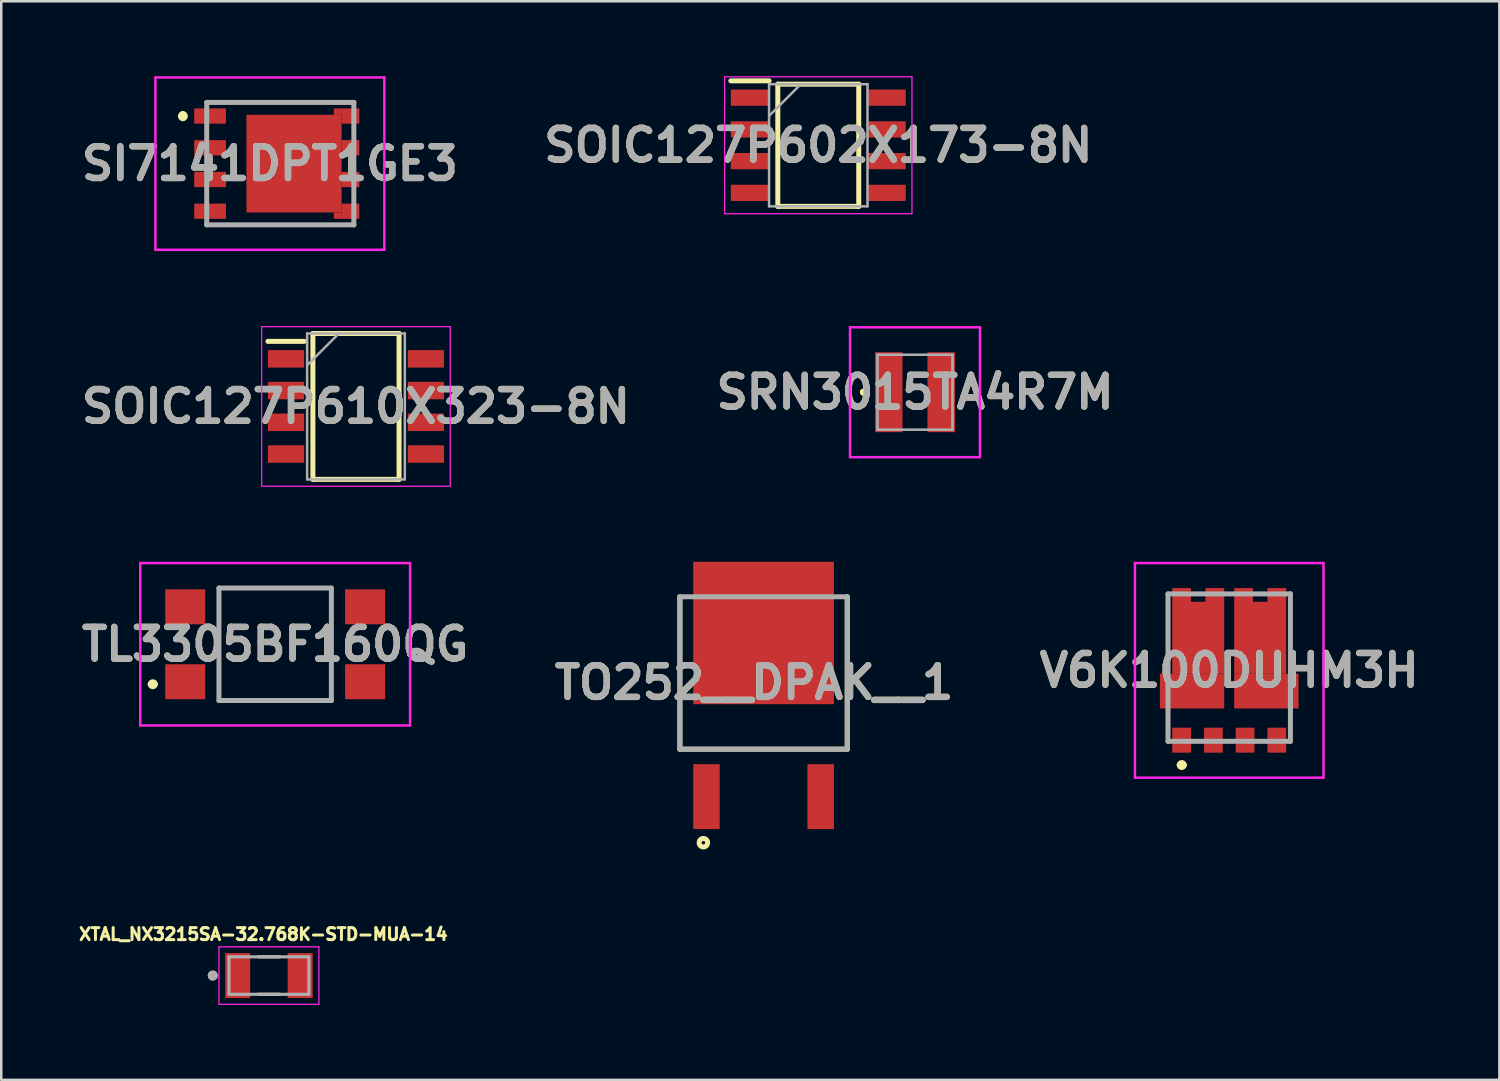
<source format=kicad_pcb>
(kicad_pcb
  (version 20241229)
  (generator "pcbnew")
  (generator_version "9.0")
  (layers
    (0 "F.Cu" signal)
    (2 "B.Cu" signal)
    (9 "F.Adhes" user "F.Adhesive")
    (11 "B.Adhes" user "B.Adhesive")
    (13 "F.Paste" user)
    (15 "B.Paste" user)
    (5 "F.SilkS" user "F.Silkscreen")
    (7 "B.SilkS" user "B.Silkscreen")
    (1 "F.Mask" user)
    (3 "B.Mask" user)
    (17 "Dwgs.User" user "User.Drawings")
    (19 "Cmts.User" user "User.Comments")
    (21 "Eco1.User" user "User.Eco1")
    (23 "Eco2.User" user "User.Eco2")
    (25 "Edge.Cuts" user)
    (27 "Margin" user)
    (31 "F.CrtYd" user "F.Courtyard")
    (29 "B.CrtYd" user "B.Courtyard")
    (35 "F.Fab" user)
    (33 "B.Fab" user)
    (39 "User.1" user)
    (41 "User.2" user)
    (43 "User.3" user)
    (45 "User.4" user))
  (footprint "TL3305BF160QG"
    (layer "F.Cu")
    (at 7.965 22.74)
    (property "Reference" "TL3305BF160QG" (at 0 0 0) (layer "F.SilkS") (effects (font (size 1.27 1.27) (thickness 0.254))))
    (attr smd)
    (fp_line (start -5 1.6) (end -5 1.6) (stroke (width 0.2) (type solid)) (layer "F.SilkS"))
    (fp_line (start -4.8 1.6) (end -4.8 1.6) (stroke (width 0.2) (type solid)) (layer "F.SilkS"))
    (fp_line (start -2.25 -2.25) (end 2.25 -2.25) (stroke (width 0.1) (type solid)) (layer "F.SilkS"))
    (fp_line (start -2.25 2.25) (end -2.25 -2.25) (stroke (width 0.1) (type solid)) (layer "F.SilkS"))
    (fp_line (start 2.25 -2.25) (end 2.25 2.25) (stroke (width 0.1) (type solid)) (layer "F.SilkS"))
    (fp_line (start 2.25 2.25) (end -2.25 2.25) (stroke (width 0.1) (type solid)) (layer "F.SilkS"))
    (fp_arc (start -5 1.6) (mid -4.9 1.5) (end -4.8 1.6) (stroke (width 0.2) (type solid)) (layer "F.SilkS"))
    (fp_arc (start -4.8 1.6) (mid -4.9 1.7) (end -5 1.6) (stroke (width 0.2) (type solid)) (layer "F.SilkS"))
    (fp_line (start -5.4 -3.25) (end 5.4 -3.25) (stroke (width 0.1) (type solid)) (layer "F.CrtYd"))
    (fp_line (start -5.4 3.25) (end -5.4 -3.25) (stroke (width 0.1) (type solid)) (layer "F.CrtYd"))
    (fp_line (start 5.4 -3.25) (end 5.4 3.25) (stroke (width 0.1) (type solid)) (layer "F.CrtYd"))
    (fp_line (start 5.4 3.25) (end -5.4 3.25) (stroke (width 0.1) (type solid)) (layer "F.CrtYd"))
    (fp_line (start -2.25 -2.25) (end 2.25 -2.25) (stroke (width 0.2) (type solid)) (layer "F.Fab"))
    (fp_line (start -2.25 2.25) (end -2.25 -2.25) (stroke (width 0.2) (type solid)) (layer "F.Fab"))
    (fp_line (start 2.25 -2.25) (end 2.25 2.25) (stroke (width 0.2) (type solid)) (layer "F.Fab"))
    (fp_line (start 2.25 2.25) (end -2.25 2.25) (stroke (width 0.2) (type solid)) (layer "F.Fab"))
    (fp_text user "${REFERENCE}" (at 0 0 0) (layer "F.Fab") (effects (font (size 1.27 1.27) (thickness 0.254))))
    (pad "1" smd rect (at -3.6 1.5 90) (size 1.4 1.6) (layers "F.Cu" "F.Mask" "F.Paste"))
    (pad "2" smd rect (at 3.6 1.5 90) (size 1.4 1.6) (layers "F.Cu" "F.Mask" "F.Paste"))
    (pad "3" smd rect (at -3.6 -1.5 90) (size 1.4 1.6) (layers "F.Cu" "F.Mask" "F.Paste"))
    (pad "4" smd rect (at 3.6 -1.5 90) (size 1.4 1.6) (layers "F.Cu" "F.Mask" "F.Paste")))
  (footprint "V6K100DUHM3H"
    (layer "F.Cu")
    (at 46.156 23.675)
    (property "Reference" "V6K100DUHM3H" (at 0 0.11 0) (layer "F.SilkS") (effects (font (size 1.27 1.27) (thickness 0.254))))
    (attr smd)
    (fp_line (start -2.45 0) (end -2.45 -2.95) (stroke (width 0.1) (type solid)) (layer "F.SilkS"))
    (fp_line (start -2.45 2.5) (end -2.45 2) (stroke (width 0.1) (type solid)) (layer "F.SilkS"))
    (fp_line (start -2.45 3) (end -2.45 2.5) (stroke (width 0.1) (type solid)) (layer "F.SilkS"))
    (fp_line (start -2 3.9) (end -2 3.9) (stroke (width 0.2) (type solid)) (layer "F.SilkS"))
    (fp_line (start -1.8 3.9) (end -1.8 3.9) (stroke (width 0.2) (type solid)) (layer "F.SilkS"))
    (fp_line (start 2.45 -3) (end 2.45 0) (stroke (width 0.1) (type solid)) (layer "F.SilkS"))
    (fp_line (start 2.45 2.95) (end 2.45 2) (stroke (width 0.1) (type solid)) (layer "F.SilkS"))
    (fp_arc (start -2 3.9) (mid -1.9 3.8) (end -1.8 3.9) (stroke (width 0.2) (type solid)) (layer "F.SilkS"))
    (fp_arc (start -1.8 3.9) (mid -1.9 4) (end -2 3.9) (stroke (width 0.2) (type solid)) (layer "F.SilkS"))
    (fp_line (start -3.774 -4.185) (end 3.774 -4.185) (stroke (width 0.1) (type solid)) (layer "F.CrtYd"))
    (fp_line (start -3.774 4.405) (end -3.774 -4.185) (stroke (width 0.1) (type solid)) (layer "F.CrtYd"))
    (fp_line (start 3.774 -4.185) (end 3.774 4.405) (stroke (width 0.1) (type solid)) (layer "F.CrtYd"))
    (fp_line (start 3.774 4.405) (end -3.774 4.405) (stroke (width 0.1) (type solid)) (layer "F.CrtYd"))
    (fp_line (start -2.45 -2.95) (end 2.45 -2.95) (stroke (width 0.2) (type solid)) (layer "F.Fab"))
    (fp_line (start -2.45 2.95) (end -2.45 -2.95) (stroke (width 0.2) (type solid)) (layer "F.Fab"))
    (fp_line (start 2.45 -2.95) (end 2.45 2.95) (stroke (width 0.2) (type solid)) (layer "F.Fab"))
    (fp_line (start 2.45 2.95) (end -2.45 2.95) (stroke (width 0.2) (type solid)) (layer "F.Fab"))
    (fp_text user "${REFERENCE}" (at 0 0.11 0) (layer "F.Fab") (effects (font (size 1.27 1.27) (thickness 0.254))))
    (pad "1" smd rect (at -1.905 2.905) (size 0.75 1) (layers "F.Cu" "F.Mask" "F.Paste"))
    (pad "2" smd rect (at -0.635 2.905) (size 0.75 1) (layers "F.Cu" "F.Mask" "F.Paste"))
    (pad "3" smd rect (at 0.635 2.905) (size 0.75 1) (layers "F.Cu" "F.Mask" "F.Paste"))
    (pad "4" smd rect (at 1.905 2.905) (size 0.75 1) (layers "F.Cu" "F.Mask" "F.Paste"))
    (pad "5" smd rect (at 1.905 -2.905 90) (size 0.56 0.75) (layers "F.Cu" "F.Mask" "F.Paste"))
    (pad "6" smd rect (at 0.575 -2.905 90) (size 0.56 0.75) (layers "F.Cu" "F.Mask" "F.Paste"))
    (pad "7" smd rect (at -0.575 -2.905 90) (size 0.56 0.75) (layers "F.Cu" "F.Mask" "F.Paste"))
    (pad "8" smd rect (at -1.905 -2.905 90) (size 0.56 0.75) (layers "F.Cu" "F.Mask" "F.Paste"))
    (pad "9" smd rect (at -1.24 -1.195) (size 2.08 2.88) (layers "F.Cu" "F.Mask" "F.Paste"))
    (pad "10" smd rect (at 1.24 -1.195) (size 2.08 2.88) (layers "F.Cu" "F.Mask" "F.Paste"))
    (pad "11" smd rect (at 1.487 0.94 90) (size 1.39 2.575) (layers "F.Cu" "F.Mask" "F.Paste"))
    (pad "12" smd rect (at -1.487 0.94 90) (size 1.39 2.575) (layers "F.Cu" "F.Mask" "F.Paste")))
  (footprint "SRN3015TA4R7M"
    (layer "F.Cu")
    (at 33.577 12.65)
    (property "Reference" "SRN3015TA4R7M" (at 0 0 0) (layer "F.SilkS") (effects (font (size 1.27 1.27) (thickness 0.254))))
    (attr smd)
    (fp_line (start -2.1 0) (end -2.1 0) (stroke (width 0.2) (type solid)) (layer "F.SilkS"))
    (fp_line (start -2.1 0) (end -2.1 0) (stroke (width 0.2) (type solid)) (layer "F.SilkS"))
    (fp_line (start -2 0) (end -2 0) (stroke (width 0.2) (type solid)) (layer "F.SilkS"))
    (fp_arc (start -2.1 0) (mid -2.05 -0.05) (end -2 0) (stroke (width 0.2) (type solid)) (layer "F.SilkS"))
    (fp_arc (start -2 0) (mid -2.05 0.05) (end -2.1 0) (stroke (width 0.2) (type solid)) (layer "F.SilkS"))
    (fp_arc (start -2 0) (mid -2.05 0.05) (end -2.1 0) (stroke (width 0.2) (type solid)) (layer "F.SilkS"))
    (fp_line (start -2.6 -2.6) (end 2.6 -2.6) (stroke (width 0.1) (type solid)) (layer "F.CrtYd"))
    (fp_line (start -2.6 2.6) (end -2.6 -2.6) (stroke (width 0.1) (type solid)) (layer "F.CrtYd"))
    (fp_line (start 2.6 -2.6) (end 2.6 2.6) (stroke (width 0.1) (type solid)) (layer "F.CrtYd"))
    (fp_line (start 2.6 2.6) (end -2.6 2.6) (stroke (width 0.1) (type solid)) (layer "F.CrtYd"))
    (fp_line (start -1.5 -1.5) (end -1.5 1.5) (stroke (width 0.1) (type solid)) (layer "F.Fab"))
    (fp_line (start -1.5 1.5) (end 1.5 1.5) (stroke (width 0.1) (type solid)) (layer "F.Fab"))
    (fp_line (start 1.5 -1.5) (end -1.5 -1.5) (stroke (width 0.1) (type solid)) (layer "F.Fab"))
    (fp_line (start 1.5 1.5) (end 1.5 -1.5) (stroke (width 0.1) (type solid)) (layer "F.Fab"))
    (fp_text user "${REFERENCE}" (at 0 0 0) (layer "F.Fab") (effects (font (size 1.27 1.27) (thickness 0.254))))
    (pad "1" smd rect (at -1.05 0) (size 1.1 3.2) (layers "F.Cu" "F.Mask" "F.Paste"))
    (pad "2" smd rect (at 1.05 0) (size 1.1 3.2) (layers "F.Cu" "F.Mask" "F.Paste")))
  (footprint "TO252__DPAK__1"
    (layer "F.Cu")
    (at 27.516 28.84)
    (property "Reference" "TO252__DPAK__1" (at -0.38 -4.568 0) (layer "F.SilkS") (effects (font (size 1.27 1.27) (thickness 0.254))))
    (attr smd)
    (fp_line (start -3.35 -8) (end -3.35 -1.9) (stroke (width 0.2) (type solid)) (layer "F.SilkS"))
    (fp_line (start -3.35 -1.9) (end 3.35 -1.9) (stroke (width 0.2) (type solid)) (layer "F.SilkS"))
    (fp_line (start 3.35 -1.9) (end 3.35 -8) (stroke (width 0.2) (type solid)) (layer "F.SilkS"))
    (fp_circle (center -2.409 1.844) (end -2.409 1.914) (stroke (width 0.2) (type solid)) (fill no) (layer "F.SilkS"))
    (fp_line (start -3.35 -8) (end 3.35 -8) (stroke (width 0.2) (type solid)) (layer "F.Fab"))
    (fp_line (start -3.35 -1.9) (end -3.35 -8) (stroke (width 0.2) (type solid)) (layer "F.Fab"))
    (fp_line (start 3.35 -8) (end 3.35 -1.9) (stroke (width 0.2) (type solid)) (layer "F.Fab"))
    (fp_line (start 3.35 -1.9) (end -3.35 -1.9) (stroke (width 0.2) (type solid)) (layer "F.Fab"))
    (fp_text user "${REFERENCE}" (at -0.38 -4.568 0) (layer "F.Fab") (effects (font (size 1.27 1.27) (thickness 0.254))))
    (pad "1" smd rect (at -2.286 0) (size 1.06 2.6) (layers "F.Cu" "F.Mask" "F.Paste"))
    (pad "2" smd rect (at 2.286 0) (size 1.06 2.6) (layers "F.Cu" "F.Mask" "F.Paste"))
    (pad "3" smd rect (at 0 -6.55) (size 5.632 5.7) (layers "F.Cu" "F.Mask" "F.Paste")))
  (footprint "SI7141DPT1GE3"
    (layer "F.Cu")
    (at 8.17 3.5)
    (property "Reference" "SI7141DPT1GE3" (at -0.417 0 0) (layer "F.SilkS") (effects (font (size 1.27 1.27) (thickness 0.254))))
    (attr smd)
    (fp_line (start -3.9 -2) (end -3.9 -2) (stroke (width 0.2) (type solid)) (layer "F.SilkS"))
    (fp_line (start -3.9 -1.8) (end -3.9 -1.8) (stroke (width 0.2) (type solid)) (layer "F.SilkS"))
    (fp_line (start -2.945 -2.45) (end 2.945 -2.45) (stroke (width 0.1) (type solid)) (layer "F.SilkS"))
    (fp_line (start -2.945 2.45) (end 2.945 2.45) (stroke (width 0.1) (type solid)) (layer "F.SilkS"))
    (fp_arc (start -3.9 -2) (mid -3.8 -1.9) (end -3.9 -1.8) (stroke (width 0.2) (type solid)) (layer "F.SilkS"))
    (fp_arc (start -3.9 -1.8) (mid -4 -1.9) (end -3.9 -2) (stroke (width 0.2) (type solid)) (layer "F.SilkS"))
    (fp_line (start -5 -3.45) (end 4.165 -3.45) (stroke (width 0.1) (type solid)) (layer "F.CrtYd"))
    (fp_line (start -5 3.45) (end -5 -3.45) (stroke (width 0.1) (type solid)) (layer "F.CrtYd"))
    (fp_line (start 4.165 -3.45) (end 4.165 3.45) (stroke (width 0.1) (type solid)) (layer "F.CrtYd"))
    (fp_line (start 4.165 3.45) (end -5 3.45) (stroke (width 0.1) (type solid)) (layer "F.CrtYd"))
    (fp_line (start -2.945 -2.45) (end 2.945 -2.45) (stroke (width 0.2) (type solid)) (layer "F.Fab"))
    (fp_line (start -2.945 2.45) (end -2.945 -2.45) (stroke (width 0.2) (type solid)) (layer "F.Fab"))
    (fp_line (start 2.945 -2.45) (end 2.945 2.45) (stroke (width 0.2) (type solid)) (layer "F.Fab"))
    (fp_line (start 2.945 2.45) (end -2.945 2.45) (stroke (width 0.2) (type solid)) (layer "F.Fab"))
    (fp_text user "${REFERENCE}" (at -0.417 0 0) (layer "F.Fab") (effects (font (size 1.27 1.27) (thickness 0.254))))
    (pad "1" smd rect (at -2.81 -1.905 90) (size 0.61 1.27) (layers "F.Cu" "F.Mask" "F.Paste"))
    (pad "2" smd rect (at -2.81 -0.635 90) (size 0.61 1.27) (layers "F.Cu" "F.Mask" "F.Paste"))
    (pad "3" smd rect (at -2.81 0.635 90) (size 0.61 1.27) (layers "F.Cu" "F.Mask" "F.Paste"))
    (pad "4" smd rect (at -2.81 1.905 90) (size 0.61 1.27) (layers "F.Cu" "F.Mask" "F.Paste"))
    (pad "5" smd rect (at 2.81 1.905 90) (size 0.61 0.71) (layers "F.Cu" "F.Mask" "F.Paste"))
    (pad "6" smd rect (at 2.81 0.635 90) (size 0.61 0.71) (layers "F.Cu" "F.Mask" "F.Paste"))
    (pad "7" smd rect (at 2.81 -0.635 90) (size 0.61 0.71) (layers "F.Cu" "F.Mask" "F.Paste"))
    (pad "8" smd rect (at 2.81 -1.905 90) (size 0.61 0.71) (layers "F.Cu" "F.Mask" "F.Paste"))
    (pad "9" smd rect (at 0.55 0) (size 3.81 3.91) (layers "F.Cu" "F.Mask" "F.Paste"))
    (pad "10" smd rect (at 2.3 -2.083 90) (size 0.255 0.32) (layers "F.Cu" "F.Mask" "F.Paste"))
    (pad "11" smd rect (at 2.3 2.083 90) (size 0.255 0.32) (layers "F.Cu" "F.Mask" "F.Paste")))
  (footprint "SOIC127P610X323-8N"
    (layer "F.Cu")
    (at 11.2 13.22)
    (property "Reference" "SOIC127P610X323-8N" (at 0 0 0) (layer "F.SilkS") (effects (font (size 1.27 1.27) (thickness 0.254))))
    (attr smd)
    (fp_line (start -3.525 -2.605) (end -2.075 -2.605) (stroke (width 0.2) (type solid)) (layer "F.SilkS"))
    (fp_line (start -1.725 -2.92) (end 1.725 -2.92) (stroke (width 0.2) (type solid)) (layer "F.SilkS"))
    (fp_line (start -1.725 2.92) (end -1.725 -2.92) (stroke (width 0.2) (type solid)) (layer "F.SilkS"))
    (fp_line (start 1.725 -2.92) (end 1.725 2.92) (stroke (width 0.2) (type solid)) (layer "F.SilkS"))
    (fp_line (start 1.725 2.92) (end -1.725 2.92) (stroke (width 0.2) (type solid)) (layer "F.SilkS"))
    (fp_line (start -3.775 -3.195) (end 3.775 -3.195) (stroke (width 0.05) (type solid)) (layer "F.CrtYd"))
    (fp_line (start -3.775 3.195) (end -3.775 -3.195) (stroke (width 0.05) (type solid)) (layer "F.CrtYd"))
    (fp_line (start 3.775 -3.195) (end 3.775 3.195) (stroke (width 0.05) (type solid)) (layer "F.CrtYd"))
    (fp_line (start 3.775 3.195) (end -3.775 3.195) (stroke (width 0.05) (type solid)) (layer "F.CrtYd"))
    (fp_line (start -1.955 -2.92) (end 1.955 -2.92) (stroke (width 0.1) (type solid)) (layer "F.Fab"))
    (fp_line (start -1.955 -1.65) (end -0.685 -2.92) (stroke (width 0.1) (type solid)) (layer "F.Fab"))
    (fp_line (start -1.955 2.92) (end -1.955 -2.92) (stroke (width 0.1) (type solid)) (layer "F.Fab"))
    (fp_line (start 1.955 -2.92) (end 1.955 2.92) (stroke (width 0.1) (type solid)) (layer "F.Fab"))
    (fp_line (start 1.955 2.92) (end -1.955 2.92) (stroke (width 0.1) (type solid)) (layer "F.Fab"))
    (fp_text user "${REFERENCE}" (at 0 0 0) (layer "F.Fab") (effects (font (size 1.27 1.27) (thickness 0.254))))
    (pad "1" smd rect (at -2.8 -1.905 90) (size 0.7 1.45) (layers "F.Cu" "F.Mask" "F.Paste"))
    (pad "2" smd rect (at -2.8 -0.635 90) (size 0.7 1.45) (layers "F.Cu" "F.Mask" "F.Paste"))
    (pad "3" smd rect (at -2.8 0.635 90) (size 0.7 1.45) (layers "F.Cu" "F.Mask" "F.Paste"))
    (pad "4" smd rect (at -2.8 1.905 90) (size 0.7 1.45) (layers "F.Cu" "F.Mask" "F.Paste"))
    (pad "5" smd rect (at 2.8 1.905 90) (size 0.7 1.45) (layers "F.Cu" "F.Mask" "F.Paste"))
    (pad "6" smd rect (at 2.8 0.635 90) (size 0.7 1.45) (layers "F.Cu" "F.Mask" "F.Paste"))
    (pad "7" smd rect (at 2.8 -0.635 90) (size 0.7 1.45) (layers "F.Cu" "F.Mask" "F.Paste"))
    (pad "8" smd rect (at 2.8 -1.905 90) (size 0.7 1.45) (layers "F.Cu" "F.Mask" "F.Paste")))
  (footprint "SOIC127P602X173-8N"
    (layer "F.Cu")
    (at 29.706 2.765)
    (property "Reference" "SOIC127P602X173-8N" (at 0 0 0) (layer "F.SilkS") (effects (font (size 1.27 1.27) (thickness 0.254))))
    (attr smd)
    (fp_line (start -3.5 -2.58) (end -1.97 -2.58) (stroke (width 0.2) (type solid)) (layer "F.SilkS"))
    (fp_line (start -1.62 -2.445) (end 1.62 -2.445) (stroke (width 0.2) (type solid)) (layer "F.SilkS"))
    (fp_line (start -1.62 2.445) (end -1.62 -2.445) (stroke (width 0.2) (type solid)) (layer "F.SilkS"))
    (fp_line (start 1.62 -2.445) (end 1.62 2.445) (stroke (width 0.2) (type solid)) (layer "F.SilkS"))
    (fp_line (start 1.62 2.445) (end -1.62 2.445) (stroke (width 0.2) (type solid)) (layer "F.SilkS"))
    (fp_line (start -3.75 -2.74) (end 3.75 -2.74) (stroke (width 0.05) (type solid)) (layer "F.CrtYd"))
    (fp_line (start -3.75 2.74) (end -3.75 -2.74) (stroke (width 0.05) (type solid)) (layer "F.CrtYd"))
    (fp_line (start 3.75 -2.74) (end 3.75 2.74) (stroke (width 0.05) (type solid)) (layer "F.CrtYd"))
    (fp_line (start 3.75 2.74) (end -3.75 2.74) (stroke (width 0.05) (type solid)) (layer "F.CrtYd"))
    (fp_line (start -1.97 -2.445) (end 1.97 -2.445) (stroke (width 0.1) (type solid)) (layer "F.Fab"))
    (fp_line (start -1.97 -1.175) (end -0.7 -2.445) (stroke (width 0.1) (type solid)) (layer "F.Fab"))
    (fp_line (start -1.97 2.445) (end -1.97 -2.445) (stroke (width 0.1) (type solid)) (layer "F.Fab"))
    (fp_line (start 1.97 -2.445) (end 1.97 2.445) (stroke (width 0.1) (type solid)) (layer "F.Fab"))
    (fp_line (start 1.97 2.445) (end -1.97 2.445) (stroke (width 0.1) (type solid)) (layer "F.Fab"))
    (fp_text user "${REFERENCE}" (at 0 0 0) (layer "F.Fab") (effects (font (size 1.27 1.27) (thickness 0.254))))
    (pad "1" smd rect (at -2.735 -1.905 90) (size 0.65 1.53) (layers "F.Cu" "F.Mask" "F.Paste"))
    (pad "2" smd rect (at -2.735 -0.635 90) (size 0.65 1.53) (layers "F.Cu" "F.Mask" "F.Paste"))
    (pad "3" smd rect (at -2.735 0.635 90) (size 0.65 1.53) (layers "F.Cu" "F.Mask" "F.Paste"))
    (pad "4" smd rect (at -2.735 1.905 90) (size 0.65 1.53) (layers "F.Cu" "F.Mask" "F.Paste"))
    (pad "5" smd rect (at 2.735 1.905 90) (size 0.65 1.53) (layers "F.Cu" "F.Mask" "F.Paste"))
    (pad "6" smd rect (at 2.735 0.635 90) (size 0.65 1.53) (layers "F.Cu" "F.Mask" "F.Paste"))
    (pad "7" smd rect (at 2.735 -0.635 90) (size 0.65 1.53) (layers "F.Cu" "F.Mask" "F.Paste"))
    (pad "8" smd rect (at 2.735 -1.905 90) (size 0.65 1.53) (layers "F.Cu" "F.Mask" "F.Paste")))
  (footprint "XTAL_NX3215SA-32.768K-STD-MUA-14"
    (layer "F.Cu")
    (at 7.716 36.002)
    (property "Reference" "XTAL_NX3215SA-32.768K-STD-MUA-14" (at -0.223 -1.655 0) (layer "F.SilkS") (effects (font (size 0.481 0.481) (thickness 0.12))))
    (attr smd)
    (fp_line (start 0.43 -0.75) (end -0.43 -0.75) (stroke (width 0.127) (type solid)) (layer "F.SilkS"))
    (fp_line (start 0.43 0.75) (end -0.43 0.75) (stroke (width 0.127) (type solid)) (layer "F.SilkS"))
    (fp_circle (center -2.25 0) (end -2.15 0) (stroke (width 0.2) (type solid)) (fill no) (layer "F.SilkS"))
    (fp_line (start -2 -1.15) (end 2 -1.15) (stroke (width 0.05) (type solid)) (layer "F.CrtYd"))
    (fp_line (start -2 1.15) (end -2 -1.15) (stroke (width 0.05) (type solid)) (layer "F.CrtYd"))
    (fp_line (start 2 -1.15) (end 2 1.15) (stroke (width 0.05) (type solid)) (layer "F.CrtYd"))
    (fp_line (start 2 1.15) (end -2 1.15) (stroke (width 0.05) (type solid)) (layer "F.CrtYd"))
    (fp_line (start -1.6 -0.75) (end 1.6 -0.75) (stroke (width 0.127) (type solid)) (layer "F.Fab"))
    (fp_line (start -1.6 0.75) (end -1.6 -0.75) (stroke (width 0.127) (type solid)) (layer "F.Fab"))
    (fp_line (start 1.6 -0.75) (end 1.6 0.75) (stroke (width 0.127) (type solid)) (layer "F.Fab"))
    (fp_line (start 1.6 0.75) (end -1.6 0.75) (stroke (width 0.127) (type solid)) (layer "F.Fab"))
    (fp_circle (center -2.25 0) (end -2.15 0) (stroke (width 0.2) (type solid)) (fill no) (layer "F.Fab"))
    (pad "1" smd rect (at -1.25 0) (size 1 1.8) (layers "F.Cu" "F.Mask" "F.Paste"))
    (pad "2" smd rect (at 1.25 0) (size 1 1.8) (layers "F.Cu" "F.Mask" "F.Paste")))
  (gr_rect
    (start -3 -3)
    (end 56.97 40.177)
    (stroke (width 0.1) (type default))
    (fill no)
    (layer "Edge.Cuts")))
</source>
